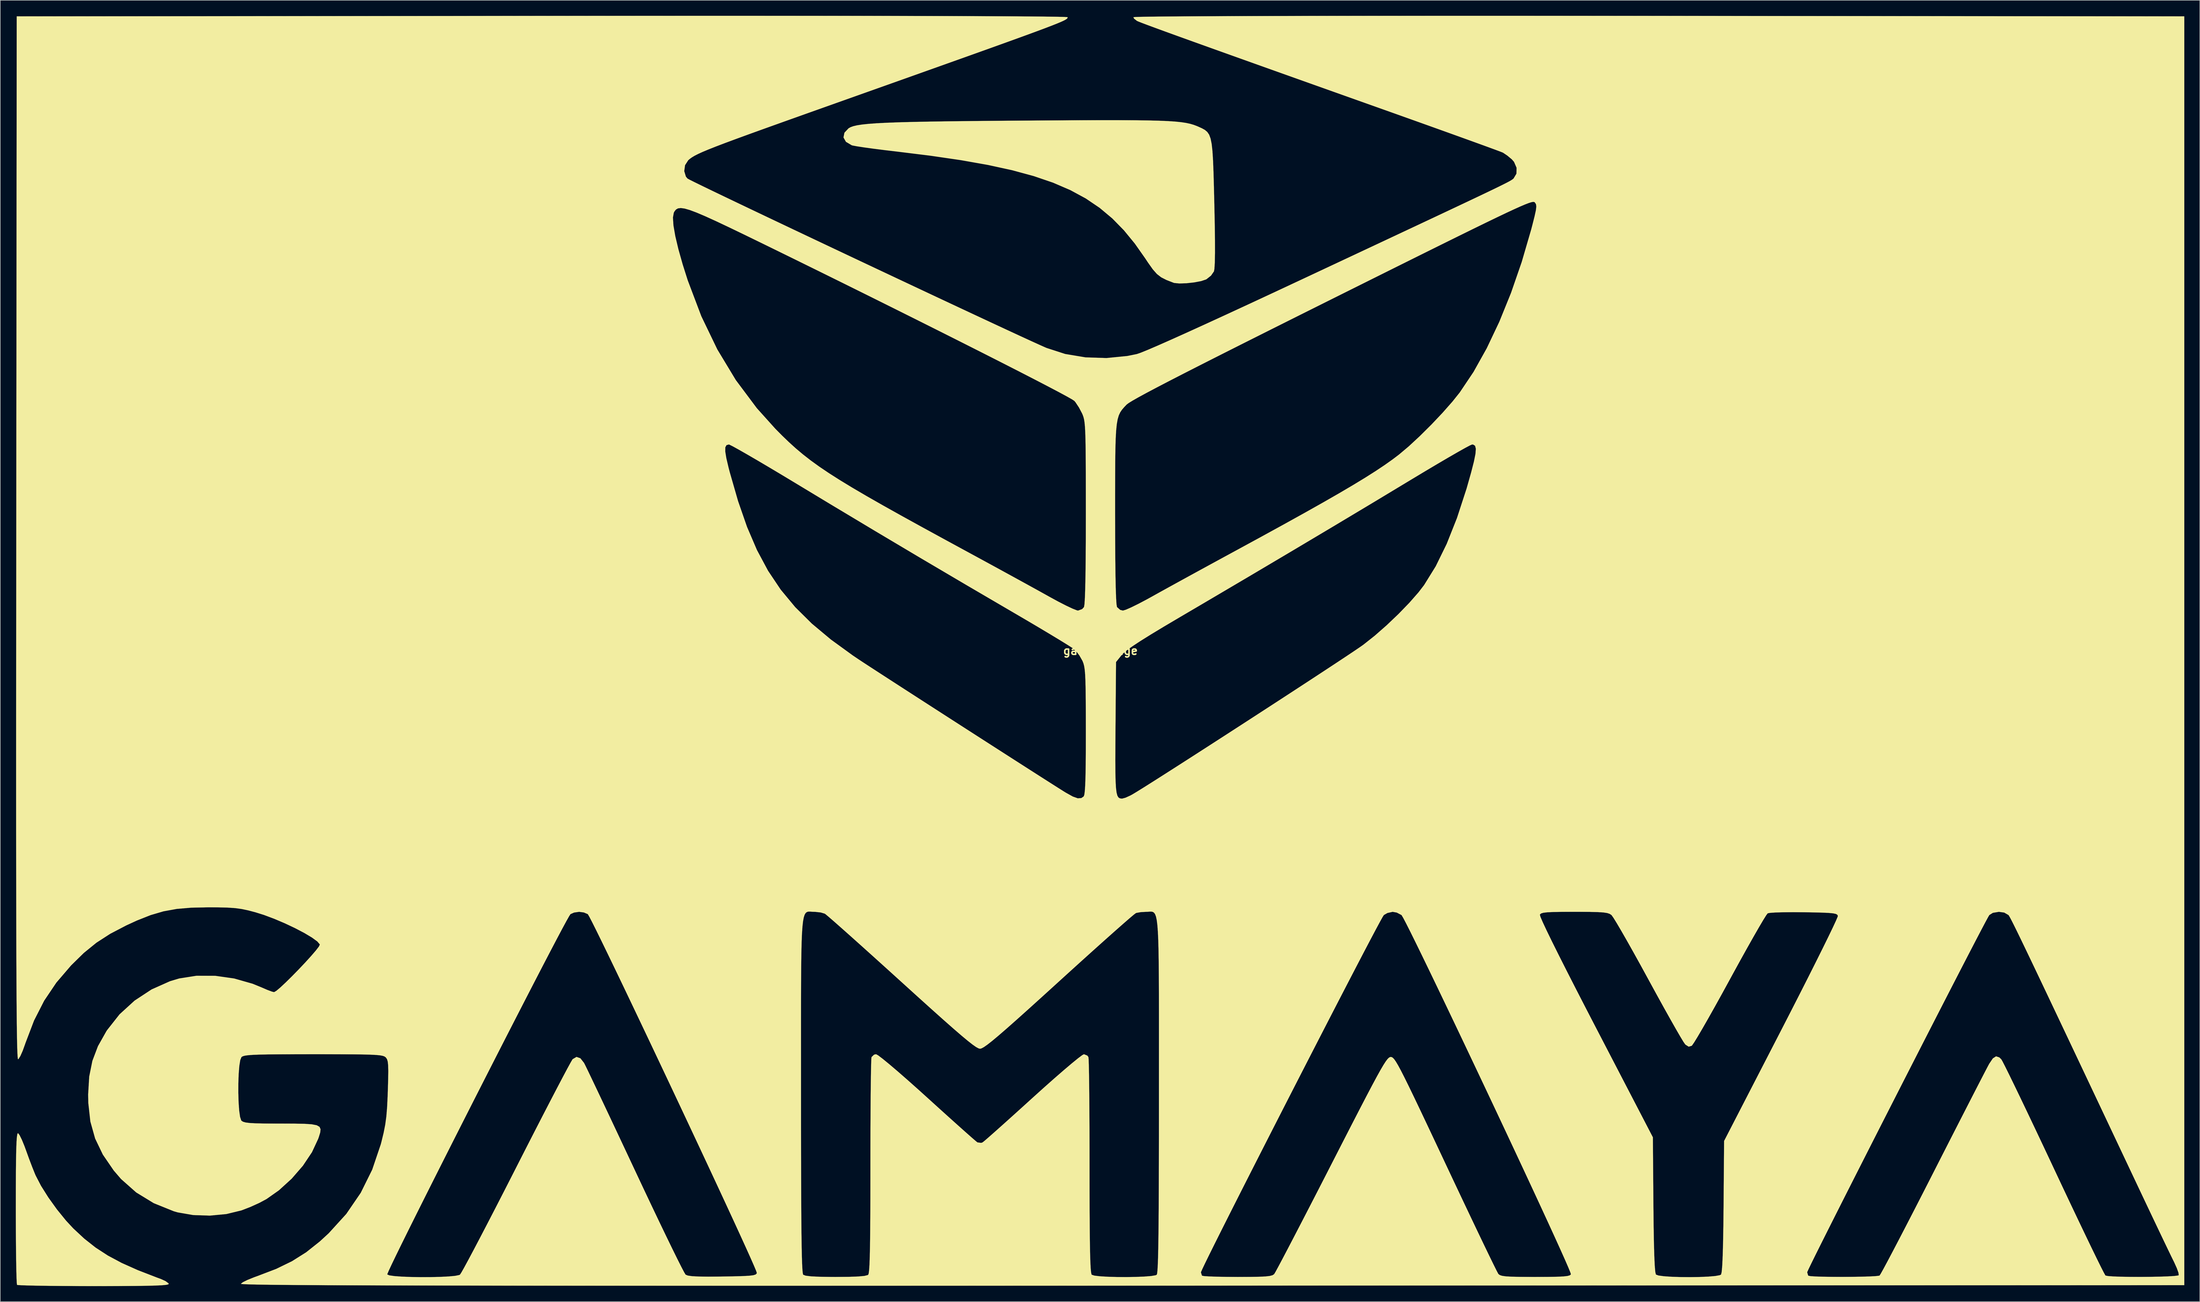
<source format=kicad_pcb>
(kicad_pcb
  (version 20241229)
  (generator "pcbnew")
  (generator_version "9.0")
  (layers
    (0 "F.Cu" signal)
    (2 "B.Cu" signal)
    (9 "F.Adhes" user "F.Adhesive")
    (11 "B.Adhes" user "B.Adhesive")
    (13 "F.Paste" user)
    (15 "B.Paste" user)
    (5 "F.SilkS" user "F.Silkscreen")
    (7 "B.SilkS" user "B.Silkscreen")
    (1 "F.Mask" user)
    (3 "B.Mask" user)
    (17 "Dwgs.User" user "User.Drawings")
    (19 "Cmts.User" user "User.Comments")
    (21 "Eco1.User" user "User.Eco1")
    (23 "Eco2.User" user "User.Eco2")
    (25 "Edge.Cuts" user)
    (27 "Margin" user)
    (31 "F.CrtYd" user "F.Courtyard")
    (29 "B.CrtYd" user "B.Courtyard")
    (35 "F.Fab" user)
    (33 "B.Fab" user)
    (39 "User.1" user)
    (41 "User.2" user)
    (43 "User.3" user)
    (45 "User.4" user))
  (footprint "gamayaHuge"
    (layer "F.Cu")
    (at 209.555 122.701)
    (property "Reference" "gamayaHuge" (at 0 0 0) (layer "F.SilkS") (effects (font (size 1.524 1.524) (thickness 0.3))))
    (attr through_hole)
    (fp_poly (pts (xy -209.122 93.217) (xy -208.826 93.593) (xy -208.385 94.485) (xy -207.872 95.737) (xy -207.588 96.515) (xy -206.997 98.149) (xy -206.386 99.757) (xy -205.86 101.065) (xy -205.717 101.397) (xy -204.681 103.395) (xy -203.26 105.651) (xy -201.601 107.96) (xy -199.85 110.116) (xy -198.459 111.616) (xy -196.33 113.598) (xy -194.14 115.327) (xy -191.764 116.872) (xy -189.083 118.305) (xy -185.972 119.695) (xy -182.311 121.113) (xy -181.532 121.396) (xy -180.633 121.805) (xy -180.07 122.22) (xy -180.004 122.33) (xy -180.108 122.442) (xy -180.537 122.534) (xy -181.343 122.608) (xy -182.575 122.666) (xy -184.286 122.71) (xy -186.527 122.74) (xy -189.35 122.758) (xy -192.804 122.766) (xy -194.469 122.767) (xy -197.613 122.761) (xy -200.537 122.745) (xy -203.164 122.721) (xy -205.421 122.688) (xy -207.232 122.649) (xy -208.522 122.604) (xy -209.216 122.555) (xy -209.315 122.531) (xy -209.365 122.139) (xy -209.412 121.116) (xy -209.454 119.538) (xy -209.49 117.479) (xy -209.518 115.014) (xy -209.538 112.219) (xy -209.549 109.167) (xy -209.55 107.685) (xy -209.545 103.925) (xy -209.531 100.821) (xy -209.505 98.324) (xy -209.466 96.385) (xy -209.413 94.953) (xy -209.344 93.981) (xy -209.257 93.419) (xy -209.152 93.217) (xy -209.122 93.217)) (stroke (width 0.01) (type solid)) (fill yes) (layer "F.SilkS"))
    (fp_poly (pts (xy 3.579 -102.527) (xy 6.563 -102.512) (xy 9.087 -102.479) (xy 11.201 -102.427) (xy 12.953 -102.355) (xy 14.393 -102.26) (xy 15.571 -102.141) (xy 16.535 -101.995) (xy 17.334 -101.822) (xy 18.018 -101.62) (xy 18.636 -101.385) (xy 18.894 -101.275) (xy 19.596 -100.957) (xy 20.17 -100.639) (xy 20.63 -100.249) (xy 20.991 -99.717) (xy 21.268 -98.97) (xy 21.475 -97.937) (xy 21.629 -96.548) (xy 21.743 -94.73) (xy 21.833 -92.412) (xy 21.913 -89.523) (xy 21.988 -86.446) (xy 22.07 -82.55) (xy 22.113 -79.348) (xy 22.116 -76.829) (xy 22.081 -74.981) (xy 22.006 -73.794) (xy 21.915 -73.306) (xy 21.353 -72.495) (xy 20.477 -71.8) (xy 20.391 -71.754) (xy 19.445 -71.436) (xy 18.102 -71.183) (xy 16.617 -71.02) (xy 15.247 -70.975) (xy 14.25 -71.073) (xy 14.111 -71.115) (xy 12.742 -71.648) (xy 11.724 -72.166) (xy 10.898 -72.807) (xy 10.103 -73.709) (xy 9.181 -75.009) (xy 8.634 -75.832) (xy 6.628 -78.685) (xy 4.528 -81.246) (xy 2.283 -83.539) (xy -0.158 -85.583) (xy -2.846 -87.403) (xy -5.831 -89.019) (xy -9.165 -90.453) (xy -12.897 -91.727) (xy -17.08 -92.863) (xy -21.764 -93.883) (xy -27 -94.808) (xy -32.838 -95.661) (xy -39.33 -96.463) (xy -39.402 -96.472) (xy -41.723 -96.747) (xy -43.846 -97.017) (xy -45.658 -97.266) (xy -47.044 -97.478) (xy -47.891 -97.636) (xy -48.06 -97.684) (xy -49.176 -98.348) (xy -49.651 -99.189) (xy -49.466 -100.107) (xy -48.683 -100.945) (xy -48.306 -101.164) (xy -47.774 -101.359) (xy -47.044 -101.532) (xy -46.073 -101.683) (xy -44.82 -101.815) (xy -43.242 -101.931) (xy -41.297 -102.03) (xy -38.942 -102.117) (xy -36.136 -102.191) (xy -32.834 -102.256) (xy -28.996 -102.313) (xy -24.579 -102.363) (xy -19.54 -102.409) (xy -13.935 -102.452) (xy -8.621 -102.488) (xy -3.963 -102.514) (xy 0.087 -102.527) (xy 3.579 -102.527)) (stroke (width 0.01) (type solid)) (fill yes) (layer "F.SilkS"))
    (fp_poly (pts (xy 81.036 -122.695) (xy 90.97 -122.691) (xy 101.477 -122.684) (xy 107.862 -122.679) (xy 209.374 -122.59) (xy 209.374 122.59) (xy 21.578 122.679) (xy 7.368 122.685) (xy -6.151 122.691) (xy -18.995 122.695) (xy -31.179 122.699) (xy -42.718 122.701) (xy -53.628 122.703) (xy -63.923 122.704) (xy -73.618 122.703) (xy -82.73 122.701) (xy -91.272 122.698) (xy -99.26 122.694) (xy -106.71 122.689) (xy -113.636 122.683) (xy -120.054 122.675) (xy -125.978 122.666) (xy -131.425 122.656) (xy -136.409 122.644) (xy -140.944 122.631) (xy -145.048 122.617) (xy -148.734 122.601) (xy -152.018 122.583) (xy -154.914 122.565) (xy -157.439 122.544) (xy -159.607 122.523) (xy -161.434 122.499) (xy -162.934 122.474) (xy -164.123 122.448) (xy -165.016 122.419) (xy -165.628 122.389) (xy -165.975 122.358) (xy -166.072 122.326) (xy -165.694 122.026) (xy -164.799 121.584) (xy -163.545 121.075) (xy -162.779 120.799) (xy -162.051 120.52) (xy -137.791 120.52) (xy -137.386 120.696) (xy -136.41 120.836) (xy -134.994 120.94) (xy -133.27 121.008) (xy -131.372 121.039) (xy -129.431 121.033) (xy -127.58 120.99) (xy -125.952 120.91) (xy -124.679 120.791) (xy -123.893 120.634) (xy -123.747 120.562) (xy -123.493 120.178) (xy -122.949 119.218) (xy -122.145 117.736) (xy -121.107 115.786) (xy -119.866 113.423) (xy -118.448 110.7) (xy -116.883 107.672) (xy -115.199 104.392) (xy -113.424 100.915) (xy -112.876 99.836) (xy -111.077 96.304) (xy -109.36 92.948) (xy -107.753 89.823) (xy -106.284 86.983) (xy -104.982 84.483) (xy -103.876 82.378) (xy -102.995 80.723) (xy -102.365 79.572) (xy -102.017 78.98) (xy -101.973 78.92) (xy -101.225 78.483) (xy -100.477 78.75) (xy -99.77 79.651) (xy -99.524 80.135) (xy -99.006 81.2) (xy -98.246 82.789) (xy -97.269 84.843) (xy -96.103 87.304) (xy -94.776 90.114) (xy -93.316 93.216) (xy -91.749 96.551) (xy -90.103 100.06) (xy -89.96 100.365) (xy -88.313 103.871) (xy -86.741 107.193) (xy -85.273 110.273) (xy -83.934 113.057) (xy -82.754 115.488) (xy -81.758 117.51) (xy -80.974 119.066) (xy -80.431 120.1) (xy -80.154 120.557) (xy -80.141 120.569) (xy -79.721 120.738) (xy -78.908 120.855) (xy -77.626 120.922) (xy -75.8 120.945) (xy -73.354 120.927) (xy -73.04 120.922) (xy -70.725 120.882) (xy -69.021 120.834) (xy -67.835 120.767) (xy -67.071 120.672) (xy -66.637 120.539) (xy -66.438 120.359) (xy -66.392 120.226) (xy -66.524 119.828) (xy -66.936 118.845) (xy -67.605 117.325) (xy -68.506 115.322) (xy -69.617 112.884) (xy -70.913 110.062) (xy -72.371 106.908) (xy -73.966 103.472) (xy -75.675 99.804) (xy -77.474 95.955) (xy -79.339 91.976) (xy -81.246 87.916) (xy -83.171 83.828) (xy -85.092 79.761) (xy -86.982 75.766) (xy -88.82 71.894) (xy -88.95 71.621) (xy -57.859 71.621) (xy -57.858 76.293) (xy -57.856 81.602) (xy -57.856 85.856) (xy -57.854 91.861) (xy -57.847 97.192) (xy -57.836 101.882) (xy -57.82 105.962) (xy -57.799 109.466) (xy -57.771 112.424) (xy -57.737 114.87) (xy -57.697 116.835) (xy -57.65 118.351) (xy -57.595 119.45) (xy -57.532 120.165) (xy -57.461 120.528) (xy -57.432 120.579) (xy -56.961 120.758) (xy -55.929 120.886) (xy -54.293 120.966) (xy -52.01 121.001) (xy -51.153 121.003) (xy -48.657 120.982) (xy -46.823 120.916) (xy -45.606 120.804) (xy -44.963 120.641) (xy -44.873 120.579) (xy -44.778 120.307) (xy -44.697 119.666) (xy -44.629 118.616) (xy -44.574 117.118) (xy -44.529 115.131) (xy -44.496 112.616) (xy -44.472 109.531) (xy -44.457 105.836) (xy -44.451 101.492) (xy -44.45 99.618) (xy -44.446 95.864) (xy -44.436 92.312) (xy -44.42 89.028) (xy -44.398 86.074) (xy -44.371 83.515) (xy -44.34 81.416) (xy -44.306 79.839) (xy -44.269 78.851) (xy -44.236 78.522) (xy -43.745 78.05) (xy -43.357 77.964) (xy -42.943 78.195) (xy -42.072 78.856) (xy -40.804 79.895) (xy -39.198 81.261) (xy -37.315 82.904) (xy -35.214 84.773) (xy -33.477 86.342) (xy -31.318 88.3) (xy -29.312 90.111) (xy -27.521 91.72) (xy -26.007 93.07) (xy -24.834 94.106) (xy -24.064 94.77) (xy -23.772 95.003) (xy -23.059 95.099) (xy -22.783 95.003) (xy -22.412 94.707) (xy -21.584 93.991) (xy -20.361 92.911) (xy -18.805 91.524) (xy -16.981 89.885) (xy -14.95 88.051) (xy -13.067 86.342) (xy -10.905 84.393) (xy -8.887 82.605) (xy -7.076 81.032) (xy -5.537 79.727) (xy -4.332 78.745) (xy -3.526 78.141) (xy -3.198 77.964) (xy -2.541 78.229) (xy -2.331 78.522) (xy -2.292 78.968) (xy -2.255 80.056) (xy -2.221 81.721) (xy -2.191 83.899) (xy -2.165 86.525) (xy -2.144 89.537) (xy -2.128 92.869) (xy -2.119 96.458) (xy -2.117 99.618) (xy -2.113 104.226) (xy -2.101 108.168) (xy -2.081 111.486) (xy -2.051 114.218) (xy -2.011 116.406) (xy -1.96 118.089) (xy -1.897 119.308) (xy -1.821 120.103) (xy -1.732 120.515) (xy -1.693 120.579) (xy -1.18 120.746) (xy -0.108 120.874) (xy 1.373 120.963) (xy 3.118 121.013) (xy 4.979 121.024) (xy 6.809 120.997) (xy 8.461 120.93) (xy 9.789 120.825) (xy 10.644 120.681) (xy 10.866 120.579) (xy 10.94 120.342) (xy 10.965 120.116) (xy 19.403 120.116) (xy 19.579 120.695) (xy 19.638 120.768) (xy 20.049 120.842) (xy 21.051 120.906) (xy 22.53 120.957) (xy 24.372 120.991) (xy 26.461 121.003) (xy 26.474 121.003) (xy 28.847 120.995) (xy 30.611 120.966) (xy 31.864 120.908) (xy 32.702 120.813) (xy 33.221 120.675) (xy 33.52 120.485) (xy 33.559 120.443) (xy 33.799 120.04) (xy 34.332 119.061) (xy 35.129 117.561) (xy 36.162 115.594) (xy 37.403 113.213) (xy 38.824 110.472) (xy 40.398 107.425) (xy 42.096 104.126) (xy 43.89 100.628) (xy 44.626 99.189) (xy 46.741 95.057) (xy 48.56 91.511) (xy 50.11 88.506) (xy 51.413 85.998) (xy 52.496 83.942) (xy 53.381 82.295) (xy 54.094 81.012) (xy 54.659 80.049) (xy 55.101 79.363) (xy 55.443 78.908) (xy 55.711 78.641) (xy 55.929 78.518) (xy 56.085 78.493) (xy 56.277 78.528) (xy 56.491 78.663) (xy 56.751 78.943) (xy 57.078 79.414) (xy 57.498 80.122) (xy 58.032 81.111) (xy 58.704 82.428) (xy 59.538 84.117) (xy 60.557 86.224) (xy 61.784 88.794) (xy 63.242 91.874) (xy 64.954 95.507) (xy 66.68 99.179) (xy 68.371 102.77) (xy 69.982 106.18) (xy 71.488 109.354) (xy 72.862 112.239) (xy 74.078 114.777) (xy 75.109 116.914) (xy 75.93 118.595) (xy 76.512 119.766) (xy 76.831 120.369) (xy 76.873 120.434) (xy 77.128 120.636) (xy 77.576 120.785) (xy 78.312 120.889) (xy 79.434 120.954) (xy 81.037 120.989) (xy 83.22 121.002) (xy 84.015 121.003) (xy 86.406 120.994) (xy 88.18 120.965) (xy 89.425 120.907) (xy 90.231 120.815) (xy 90.686 120.683) (xy 90.878 120.502) (xy 90.883 120.49) (xy 90.764 120.101) (xy 90.364 119.127) (xy 89.707 117.618) (xy 88.815 115.624) (xy 87.713 113.195) (xy 86.425 110.383) (xy 84.974 107.237) (xy 83.385 103.809) (xy 81.68 100.147) (xy 79.884 96.304) (xy 78.021 92.329) (xy 76.114 88.272) (xy 74.187 84.185) (xy 72.264 80.118) (xy 70.369 76.12) (xy 68.525 72.243) (xy 66.756 68.537) (xy 65.087 65.052) (xy 63.54 61.839) (xy 62.14 58.949) (xy 60.91 56.431) (xy 59.875 54.336) (xy 59.057 52.715) (xy 58.481 51.618) (xy 58.171 51.095) (xy 58.144 51.065) (xy 58.032 51.006) (xy 84.881 51.006) (xy 84.999 51.43) (xy 85.436 52.448) (xy 86.177 54.032) (xy 87.208 56.152) (xy 88.516 58.781) (xy 90.084 61.889) (xy 91.901 65.449) (xy 93.951 69.432) (xy 95.691 72.79) (xy 106.715 94.015) (xy 106.816 107.047) (xy 106.857 111.043) (xy 106.914 114.336) (xy 106.987 116.93) (xy 107.075 118.826) (xy 107.178 120.028) (xy 107.298 120.538) (xy 107.3 120.541) (xy 107.799 120.726) (xy 108.857 120.868) (xy 110.326 120.968) (xy 112.063 121.024) (xy 113.92 121.038) (xy 115.751 121.01) (xy 117.411 120.938) (xy 118.754 120.824) (xy 119.634 120.667) (xy 119.888 120.541) (xy 119.995 120.096) (xy 136.525 120.096) (xy 136.694 120.683) (xy 136.76 120.768) (xy 137.183 120.851) (xy 138.177 120.915) (xy 139.605 120.959) (xy 141.332 120.985) (xy 143.224 120.993) (xy 145.145 120.982) (xy 146.96 120.954) (xy 148.533 120.908) (xy 149.73 120.845) (xy 150.415 120.765) (xy 150.509 120.733) (xy 150.736 120.38) (xy 151.253 119.453) (xy 152.032 118.004) (xy 153.043 116.089) (xy 154.26 113.762) (xy 155.653 111.077) (xy 157.194 108.09) (xy 158.854 104.853) (xy 160.606 101.421) (xy 160.874 100.894) (xy 162.655 97.396) (xy 164.362 94.05) (xy 165.964 90.916) (xy 167.43 88.051) (xy 168.73 85.515) (xy 169.835 83.368) (xy 170.714 81.667) (xy 171.337 80.472) (xy 171.673 79.843) (xy 171.688 79.816) (xy 172.395 78.77) (xy 173.014 78.37) (xy 173.64 78.579) (xy 174.019 78.937) (xy 174.264 79.359) (xy 174.779 80.363) (xy 175.539 81.897) (xy 176.516 83.902) (xy 177.684 86.324) (xy 179.016 89.108) (xy 180.484 92.196) (xy 182.063 95.534) (xy 183.725 99.066) (xy 184.17 100.016) (xy 185.844 103.577) (xy 187.436 106.949) (xy 188.923 110.078) (xy 190.276 112.91) (xy 191.469 115.389) (xy 192.478 117.461) (xy 193.274 119.073) (xy 193.833 120.169) (xy 194.127 120.695) (xy 194.158 120.733) (xy 194.651 120.832) (xy 195.697 120.907) (xy 197.166 120.959) (xy 198.924 120.989) (xy 200.84 120.996) (xy 202.782 120.981) (xy 204.619 120.946) (xy 206.216 120.891) (xy 207.444 120.816) (xy 208.17 120.723) (xy 208.306 120.665) (xy 208.258 120.208) (xy 207.94 119.31) (xy 207.418 118.15) (xy 207.309 117.931) (xy 206.888 117.075) (xy 206.208 115.666) (xy 205.309 113.791) (xy 204.233 111.535) (xy 203.02 108.984) (xy 201.711 106.224) (xy 200.348 103.341) (xy 200.109 102.835) (xy 196.906 96.05) (xy 193.991 89.875) (xy 191.349 84.282) (xy 188.968 79.244) (xy 186.834 74.731) (xy 184.933 70.716) (xy 183.253 67.171) (xy 181.779 64.067) (xy 180.499 61.377) (xy 179.399 59.073) (xy 178.465 57.125) (xy 177.685 55.507) (xy 177.044 54.19) (xy 176.529 53.146) (xy 176.128 52.347) (xy 175.826 51.764) (xy 175.61 51.371) (xy 175.467 51.138) (xy 175.412 51.065) (xy 174.59 50.59) (xy 173.567 50.447) (xy 172.398 50.639) (xy 171.718 51.065) (xy 171.482 51.463) (xy 170.954 52.437) (xy 170.161 53.938) (xy 169.127 55.915) (xy 167.878 58.321) (xy 166.439 61.104) (xy 164.835 64.217) (xy 163.092 67.608) (xy 161.234 71.229) (xy 159.287 75.031) (xy 157.277 78.963) (xy 155.227 82.976) (xy 153.165 87.022) (xy 151.113 91.049) (xy 149.099 95.01) (xy 147.148 98.854) (xy 145.283 102.532) (xy 143.531 105.994) (xy 141.917 109.192) (xy 140.467 112.075) (xy 139.204 114.594) (xy 138.155 116.699) (xy 137.345 118.342) (xy 136.799 119.472) (xy 136.542 120.041) (xy 136.525 120.096) (xy 119.995 120.096) (xy 120.01 120.033) (xy 120.116 118.823) (xy 120.205 116.91) (xy 120.278 114.292) (xy 120.335 110.971) (xy 120.372 107.4) (xy 120.474 94.721) (xy 131.523 73.283) (xy 133.382 69.662) (xy 135.14 66.217) (xy 136.771 62.998) (xy 138.247 60.059) (xy 139.544 57.452) (xy 140.635 55.231) (xy 141.494 53.447) (xy 142.094 52.153) (xy 142.411 51.401) (xy 142.454 51.234) (xy 142.351 51.016) (xy 142.075 50.853) (xy 141.531 50.736) (xy 140.624 50.653) (xy 139.258 50.595) (xy 137.339 50.551) (xy 135.886 50.527) (xy 133.795 50.512) (xy 131.927 50.53) (xy 130.404 50.575) (xy 129.351 50.646) (xy 128.901 50.73) (xy 128.621 51.097) (xy 128.045 52.018) (xy 127.214 53.424) (xy 126.166 55.249) (xy 124.939 57.424) (xy 123.573 59.881) (xy 122.107 62.553) (xy 121.598 63.488) (xy 120.103 66.221) (xy 118.692 68.767) (xy 117.405 71.055) (xy 116.281 73.018) (xy 115.359 74.588) (xy 114.679 75.695) (xy 114.28 76.271) (xy 114.216 76.333) (xy 113.635 76.506) (xy 113.043 76.133) (xy 112.93 76.019) (xy 112.613 75.558) (xy 112.004 74.548) (xy 111.144 73.063) (xy 110.074 71.174) (xy 108.834 68.956) (xy 107.468 66.481) (xy 106.015 63.822) (xy 105.84 63.5) (xy 104.38 60.827) (xy 102.998 58.334) (xy 101.738 56.092) (xy 100.639 54.174) (xy 99.745 52.652) (xy 99.095 51.599) (xy 98.732 51.086) (xy 98.71 51.065) (xy 98.376 50.842) (xy 97.895 50.68) (xy 97.164 50.568) (xy 96.076 50.498) (xy 94.528 50.461) (xy 92.416 50.448) (xy 91.544 50.447) (xy 89.226 50.454) (xy 87.519 50.481) (xy 86.329 50.536) (xy 85.56 50.626) (xy 85.119 50.759) (xy 84.91 50.944) (xy 84.881 51.006) (xy 58.032 51.006) (xy 57.235 50.59) (xy 56.444 50.447) (xy 55.431 50.671) (xy 54.746 51.065) (xy 54.506 51.444) (xy 53.974 52.401) (xy 53.175 53.888) (xy 52.134 55.853) (xy 50.877 58.249) (xy 49.43 61.025) (xy 47.817 64.131) (xy 46.063 67.519) (xy 44.195 71.138) (xy 42.238 74.939) (xy 40.217 78.872) (xy 38.157 82.887) (xy 36.084 86.936) (xy 34.023 90.969) (xy 32 94.935) (xy 30.04 98.786) (xy 28.168 102.471) (xy 26.41 105.942) (xy 24.79 109.149) (xy 23.336 112.041) (xy 22.071 114.57) (xy 21.021 116.686) (xy 20.212 118.339) (xy 19.669 119.48) (xy 19.418 120.059) (xy 19.403 120.116) (xy 10.965 120.116) (xy 11.005 119.763) (xy 11.063 118.813) (xy 11.113 117.458) (xy 11.156 115.666) (xy 11.192 113.406) (xy 11.222 110.645) (xy 11.246 107.351) (xy 11.264 103.492) (xy 11.277 99.036) (xy 11.285 93.95) (xy 11.289 88.203) (xy 11.289 85.856) (xy 11.29 80.064) (xy 11.292 74.936) (xy 11.292 70.434) (xy 11.286 66.516) (xy 11.273 63.142) (xy 11.249 60.272) (xy 11.211 57.866) (xy 11.158 55.882) (xy 11.085 54.281) (xy 10.99 53.023) (xy 10.871 52.066) (xy 10.724 51.372) (xy 10.547 50.898) (xy 10.336 50.606) (xy 10.09 50.454) (xy 9.805 50.402) (xy 9.478 50.41) (xy 9.107 50.438) (xy 8.823 50.447) (xy 7.765 50.507) (xy 6.935 50.655) (xy 6.85 50.684) (xy 6.48 50.96) (xy 5.638 51.669) (xy 4.377 52.766) (xy 2.744 54.206) (xy 0.79 55.946) (xy -1.436 57.941) (xy -3.883 60.148) (xy -6.502 62.521) (xy -8.032 63.913) (xy -11.239 66.828) (xy -13.969 69.297) (xy -16.26 71.35) (xy -18.151 73.023) (xy -19.681 74.347) (xy -20.888 75.357) (xy -21.812 76.084) (xy -22.491 76.563) (xy -22.965 76.825) (xy -23.271 76.906) (xy -23.579 76.825) (xy -24.056 76.56) (xy -24.74 76.079) (xy -25.67 75.348) (xy -26.886 74.334) (xy -28.426 73.004) (xy -30.33 71.325) (xy -32.636 69.263) (xy -35.383 66.786) (xy -38.419 64.034) (xy -41.109 61.596) (xy -43.656 59.296) (xy -46.009 57.179) (xy -48.12 55.289) (xy -49.937 53.672) (xy -51.41 52.372) (xy -52.489 51.435) (xy -53.123 50.905) (xy -53.261 50.804) (xy -54.046 50.57) (xy -55.124 50.451) (xy -55.338 50.447) (xy -55.75 50.429) (xy -56.114 50.402) (xy -56.435 50.405) (xy -56.713 50.48) (xy -56.953 50.666) (xy -57.157 51.004) (xy -57.328 51.535) (xy -57.469 52.298) (xy -57.583 53.335) (xy -57.673 54.684) (xy -57.741 56.387) (xy -57.79 58.485) (xy -57.824 61.016) (xy -57.845 64.023) (xy -57.855 67.544) (xy -57.859 71.621) (xy -88.95 71.621) (xy -90.581 68.195) (xy -92.241 64.719) (xy -93.776 61.519) (xy -95.163 58.643) (xy -96.378 56.143) (xy -97.396 54.069) (xy -98.194 52.472) (xy -98.749 51.403) (xy -99.036 50.911) (xy -99.057 50.888) (xy -99.806 50.569) (xy -100.718 50.447) (xy -101.693 50.585) (xy -102.389 50.888) (xy -102.64 51.269) (xy -103.18 52.227) (xy -103.984 53.713) (xy -105.026 55.678) (xy -106.282 58.073) (xy -107.727 60.847) (xy -109.335 63.953) (xy -111.082 67.341) (xy -112.943 70.962) (xy -114.893 74.766) (xy -116.906 78.705) (xy -118.957 82.729) (xy -121.023 86.789) (xy -123.076 90.836) (xy -125.094 94.821) (xy -127.05 98.694) (xy -128.92 102.406) (xy -130.678 105.909) (xy -132.3 109.152) (xy -133.761 112.087) (xy -135.035 114.665) (xy -136.097 116.836) (xy -136.923 118.551) (xy -137.488 119.761) (xy -137.766 120.417) (xy -137.791 120.52) (xy -162.051 120.52) (xy -159.235 119.444) (xy -156.196 117.965) (xy -153.46 116.241) (xy -150.828 114.151) (xy -149.099 112.56) (xy -145.707 108.831) (xy -142.911 104.745) (xy -140.695 100.272) (xy -139.041 95.381) (xy -138.915 94.903) (xy -138.488 93.146) (xy -138.18 91.577) (xy -137.965 89.991) (xy -137.817 88.182) (xy -137.711 85.946) (xy -137.679 85.003) (xy -137.615 82.815) (xy -137.592 81.221) (xy -137.617 80.114) (xy -137.697 79.382) (xy -137.838 78.917) (xy -138.048 78.609) (xy -138.091 78.565) (xy -138.298 78.41) (xy -138.622 78.284) (xy -139.132 78.184) (xy -139.897 78.107) (xy -140.986 78.05) (xy -142.465 78.01) (xy -144.405 77.985) (xy -146.873 77.97) (xy -149.938 77.965) (xy -152.047 77.964) (xy -155.518 77.967) (xy -158.351 77.977) (xy -160.612 77.998) (xy -162.368 78.032) (xy -163.687 78.082) (xy -164.635 78.15) (xy -165.28 78.238) (xy -165.688 78.351) (xy -165.926 78.49) (xy -165.957 78.518) (xy -166.196 79.113) (xy -166.376 80.257) (xy -166.498 81.797) (xy -166.562 83.58) (xy -166.566 85.452) (xy -166.512 87.259) (xy -166.4 88.849) (xy -166.229 90.068) (xy -166 90.762) (xy -165.957 90.815) (xy -165.665 91.009) (xy -165.169 91.154) (xy -164.375 91.255) (xy -163.188 91.32) (xy -161.515 91.355) (xy -159.26 91.369) (xy -158.415 91.369) (xy -155.79 91.375) (xy -153.796 91.411) (xy -152.362 91.508) (xy -151.413 91.694) (xy -150.875 92.001) (xy -150.677 92.456) (xy -150.743 93.091) (xy -151.002 93.935) (xy -151.134 94.313) (xy -152.335 96.892) (xy -154.085 99.51) (xy -156.255 102.014) (xy -158.715 104.254) (xy -161.113 105.945) (xy -162.498 106.687) (xy -164.206 107.463) (xy -165.883 108.112) (xy -165.985 108.147) (xy -168.88 108.848) (xy -172.065 109.148) (xy -175.279 109.043) (xy -178.258 108.529) (xy -179.035 108.306) (xy -182.905 106.742) (xy -186.292 104.671) (xy -189.217 102.079) (xy -190.626 100.44) (xy -192.735 97.361) (xy -194.225 94.257) (xy -195.145 90.974) (xy -195.547 87.359) (xy -195.574 85.725) (xy -195.367 82.281) (xy -194.755 79.245) (xy -193.678 76.404) (xy -192.072 73.55) (xy -191.919 73.314) (xy -189.507 70.254) (xy -186.602 67.604) (xy -183.319 65.446) (xy -179.775 63.864) (xy -177.99 63.327) (xy -174.644 62.801) (xy -171.042 62.809) (xy -167.366 63.332) (xy -163.797 64.35) (xy -162.053 65.064) (xy -160.941 65.544) (xy -160.058 65.873) (xy -159.659 65.969) (xy -159.233 65.727) (xy -158.447 65.066) (xy -157.399 64.087) (xy -156.184 62.89) (xy -154.9 61.576) (xy -153.642 60.245) (xy -152.508 58.997) (xy -151.593 57.934) (xy -150.994 57.155) (xy -150.808 56.76) (xy -150.809 56.757) (xy -151.306 56.17) (xy -152.35 55.409) (xy -153.821 54.531) (xy -155.602 53.597) (xy -157.574 52.666) (xy -159.618 51.797) (xy -161.615 51.049) (xy -163.267 50.532) (xy -164.679 50.161) (xy -165.914 49.9) (xy -167.154 49.73) (xy -168.582 49.632) (xy -170.378 49.587) (xy -172.332 49.575) (xy -175.636 49.641) (xy -178.458 49.882) (xy -181.009 50.345) (xy -183.502 51.076) (xy -186.148 52.123) (xy -188.207 53.069) (xy -191.319 54.694) (xy -193.975 56.411) (xy -196.418 58.395) (xy -198.866 60.796) (xy -201.716 64.122) (xy -204.072 67.621) (xy -206.029 71.457) (xy -207.685 75.797) (xy -207.753 76.001) (xy -208.223 77.304) (xy -208.674 78.321) (xy -209.029 78.884) (xy -209.11 78.941) (xy -209.155 78.834) (xy -209.197 78.469) (xy -209.235 77.826) (xy -209.271 76.883) (xy -209.304 75.621) (xy -209.333 74.018) (xy -209.36 72.055) (xy -209.384 69.709) (xy -209.405 66.961) (xy -209.424 63.79) (xy -209.44 60.175) (xy -209.454 56.096) (xy -209.465 51.531) (xy -209.474 46.461) (xy -209.48 40.865) (xy -209.485 34.721) (xy -209.487 28.01) (xy -209.487 20.71) (xy -209.485 12.801) (xy -209.481 4.262) (xy -209.476 -4.927) (xy -209.468 -14.787) (xy -209.462 -21.754) (xy -209.448 -38.509) (xy -72.495 -38.509) (xy -72.289 -37.232) (xy -71.859 -35.403) (xy -71.63 -34.523) (xy -70.017 -28.916) (xy -68.284 -23.927) (xy -66.373 -19.469) (xy -64.224 -15.457) (xy -61.779 -11.807) (xy -58.98 -8.431) (xy -55.766 -5.245) (xy -52.079 -2.163) (xy -47.861 0.901) (xy -46.743 1.656) (xy -45.8 2.278) (xy -44.356 3.22) (xy -42.476 4.441) (xy -40.225 5.899) (xy -37.671 7.551) (xy -34.877 9.354) (xy -31.911 11.267) (xy -28.836 13.248) (xy -25.72 15.254) (xy -22.627 17.243) (xy -19.623 19.173) (xy -16.775 21.001) (xy -14.147 22.686) (xy -11.804 24.185) (xy -9.814 25.455) (xy -8.241 26.456) (xy -7.151 27.143) (xy -6.724 27.408) (xy -5.35 28.173) (xy -4.384 28.515) (xy -3.693 28.463) (xy -3.246 28.152) (xy -3.123 27.827) (xy -3.025 27.088) (xy -2.948 25.887) (xy -2.892 24.176) (xy -2.855 21.904) (xy -2.85 21.183) (xy 2.863 21.183) (xy 2.875 23.437) (xy 2.915 25.18) (xy 2.988 26.478) (xy 3.101 27.396) (xy 3.26 27.999) (xy 3.471 28.352) (xy 3.74 28.521) (xy 4.074 28.57) (xy 4.188 28.571) (xy 4.83 28.399) (xy 5.769 27.973) (xy 6.174 27.752) (xy 7.061 27.217) (xy 8.465 26.344) (xy 10.323 25.171) (xy 12.572 23.739) (xy 15.151 22.09) (xy 17.997 20.263) (xy 21.048 18.299) (xy 24.24 16.238) (xy 27.513 14.12) (xy 30.802 11.987) (xy 34.046 9.879) (xy 37.183 7.836) (xy 40.149 5.899) (xy 42.884 4.107) (xy 45.323 2.502) (xy 47.405 1.125) (xy 49.067 0.014) (xy 50.247 -0.788) (xy 50.8 -1.179) (xy 52.989 -2.913) (xy 55.292 -4.935) (xy 57.565 -7.1) (xy 59.662 -9.266) (xy 61.437 -11.29) (xy 62.52 -12.7) (xy 64.767 -16.331) (xy 66.884 -20.652) (xy 68.871 -25.656) (xy 70.724 -31.339) (xy 71.607 -34.458) (xy 72.14 -36.541) (xy 72.442 -38.039) (xy 72.517 -39.035) (xy 72.368 -39.61) (xy 71.996 -39.846) (xy 71.792 -39.864) (xy 71.376 -39.686) (xy 70.427 -39.181) (xy 69.015 -38.387) (xy 67.209 -37.345) (xy 65.078 -36.095) (xy 62.691 -34.677) (xy 60.118 -33.13) (xy 59.698 -32.877) (xy 52.649 -28.626) (xy 45.059 -24.08) (xy 37.004 -19.283) (xy 28.56 -14.28) (xy 19.803 -9.118) (xy 15.392 -6.526) (xy 12.285 -4.689) (xy 9.749 -3.158) (xy 7.737 -1.902) (xy 6.2 -0.89) (xy 5.091 -0.091) (xy 4.363 0.527) (xy 4.086 0.826) (xy 2.999 2.181) (xy 2.898 14.886) (xy 2.873 18.355) (xy 2.863 21.183) (xy -2.85 21.183) (xy -2.835 19.024) (xy -2.83 15.54) (xy -2.835 12.248) (xy -2.847 9.583) (xy -2.871 7.47) (xy -2.909 5.829) (xy -2.966 4.584) (xy -3.046 3.657) (xy -3.152 2.97) (xy -3.288 2.447) (xy -3.458 2.009) (xy -3.489 1.94) (xy -4.105 0.857) (xy -4.817 -0.062) (xy -4.981 -0.222) (xy -5.476 -0.572) (xy -6.507 -1.229) (xy -7.995 -2.146) (xy -9.867 -3.277) (xy -12.043 -4.577) (xy -14.45 -5.998) (xy -16.581 -7.245) (xy -25.872 -12.68) (xy -34.773 -17.928) (xy -43.517 -23.128) (xy -52.341 -28.42) (xy -58.823 -32.335) (xy -61.518 -33.96) (xy -64.039 -35.464) (xy -66.317 -36.809) (xy -68.289 -37.956) (xy -69.886 -38.868) (xy -71.042 -39.506) (xy -71.692 -39.83) (xy -71.799 -39.864) (xy -72.248 -39.741) (xy -72.481 -39.317) (xy -72.495 -38.509) (xy -209.448 -38.509) (xy -209.408 -83.708) (xy -82.603 -83.708) (xy -82.503 -82.18) (xy -82.147 -80.122) (xy -81.548 -77.594) (xy -80.719 -74.655) (xy -79.743 -71.58) (xy -77.117 -64.642) (xy -74.024 -58.223) (xy -70.452 -52.306) (xy -66.392 -46.875) (xy -62.83 -42.913) (xy -61.493 -41.563) (xy -60.186 -40.305) (xy -58.864 -39.108) (xy -57.478 -37.941) (xy -55.981 -36.775) (xy -54.326 -35.578) (xy -52.465 -34.322) (xy -50.35 -32.974) (xy -47.935 -31.505) (xy -45.172 -29.885) (xy -42.014 -28.083) (xy -38.413 -26.069) (xy -34.321 -23.812) (xy -29.692 -21.283) (xy -25.4 -18.95) (xy -22.611 -17.434) (xy -19.789 -15.895) (xy -17.054 -14.398) (xy -14.523 -13.009) (xy -12.316 -11.793) (xy -10.552 -10.814) (xy -9.878 -10.437) (xy -8.174 -9.508) (xy -6.635 -8.719) (xy -5.386 -8.131) (xy -4.555 -7.807) (xy -4.334 -7.762) (xy -3.549 -8.045) (xy -3.187 -8.443) (xy -3.094 -8.982) (xy -3.013 -10.212) (xy -2.948 -12.121) (xy -2.896 -14.693) (xy -2.859 -17.916) (xy -2.837 -21.776) (xy -2.83 -26.259) (xy -2.83 -26.446) (xy 2.822 -26.446) (xy 2.83 -21.958) (xy 2.853 -18.084) (xy 2.89 -14.839) (xy 2.942 -12.239) (xy 3.008 -10.298) (xy 3.088 -9.031) (xy 3.182 -8.455) (xy 3.187 -8.443) (xy 3.808 -7.891) (xy 4.334 -7.762) (xy 4.904 -7.93) (xy 5.956 -8.391) (xy 7.364 -9.085) (xy 9 -9.95) (xy 9.878 -10.435) (xy 11.359 -11.26) (xy 13.345 -12.357) (xy 15.72 -13.663) (xy 18.37 -15.115) (xy 21.178 -16.648) (xy 24.029 -18.201) (xy 25.724 -19.122) (xy 30.883 -21.93) (xy 35.459 -24.441) (xy 39.497 -26.681) (xy 43.041 -28.677) (xy 46.137 -30.454) (xy 48.829 -32.04) (xy 51.161 -33.459) (xy 53.178 -34.739) (xy 54.924 -35.905) (xy 56.445 -36.984) (xy 57.665 -37.909) (xy 59.566 -39.51) (xy 61.713 -41.502) (xy 63.943 -43.717) (xy 66.092 -45.99) (xy 67.997 -48.152) (xy 69.408 -49.918) (xy 72.063 -53.876) (xy 74.622 -58.455) (xy 77.051 -63.577) (xy 79.314 -69.159) (xy 81.377 -75.122) (xy 83.204 -81.384) (xy 83.445 -82.303) (xy 83.868 -83.982) (xy 84.115 -85.117) (xy 84.2 -85.842) (xy 84.135 -86.294) (xy 83.933 -86.607) (xy 83.873 -86.67) (xy 83.75 -86.734) (xy 83.535 -86.738) (xy 83.195 -86.668) (xy 82.696 -86.507) (xy 82.007 -86.24) (xy 81.093 -85.851) (xy 79.923 -85.325) (xy 78.462 -84.645) (xy 76.679 -83.796) (xy 74.541 -82.763) (xy 72.013 -81.529) (xy 69.064 -80.078) (xy 65.66 -78.396) (xy 61.769 -76.466) (xy 57.358 -74.273) (xy 52.393 -71.8) (xy 46.842 -69.033) (xy 44.745 -67.987) (xy 38.524 -64.881) (xy 32.915 -62.074) (xy 27.894 -59.554) (xy 23.438 -57.309) (xy 19.526 -55.328) (xy 16.134 -53.6) (xy 13.239 -52.111) (xy 10.82 -50.852) (xy 8.853 -49.81) (xy 7.316 -48.973) (xy 6.186 -48.33) (xy 5.44 -47.87) (xy 5.056 -47.58) (xy 5.045 -47.568) (xy 4.559 -47.057) (xy 4.149 -46.58) (xy 3.809 -46.075) (xy 3.533 -45.481) (xy 3.314 -44.734) (xy 3.145 -43.772) (xy 3.02 -42.532) (xy 2.933 -40.952) (xy 2.876 -38.97) (xy 2.843 -36.523) (xy 2.827 -33.548) (xy 2.822 -29.983) (xy 2.822 -26.446) (xy -2.83 -26.446) (xy -2.83 -26.7) (xy -2.833 -30.681) (xy -2.839 -34.02) (xy -2.85 -36.78) (xy -2.87 -39.023) (xy -2.9 -40.813) (xy -2.943 -42.214) (xy -3.001 -43.287) (xy -3.077 -44.097) (xy -3.172 -44.706) (xy -3.291 -45.178) (xy -3.433 -45.576) (xy -3.557 -45.861) (xy -4.158 -47.003) (xy -4.818 -48.002) (xy -5.049 -48.28) (xy -5.493 -48.577) (xy -6.528 -49.163) (xy -8.111 -50.017) (xy -10.201 -51.117) (xy -12.754 -52.443) (xy -15.728 -53.973) (xy -19.082 -55.685) (xy -22.771 -57.557) (xy -26.755 -59.569) (xy -30.99 -61.7) (xy -35.435 -63.927) (xy -40.046 -66.229) (xy -44.781 -68.585) (xy -49.598 -70.973) (xy -54.455 -73.372) (xy -59.309 -75.761) (xy -64.117 -78.118) (xy -64.911 -78.506) (xy -68.584 -80.297) (xy -71.679 -81.79) (xy -74.249 -83.005) (xy -76.347 -83.96) (xy -78.026 -84.674) (xy -79.34 -85.166) (xy -80.341 -85.453) (xy -81.082 -85.555) (xy -81.617 -85.49) (xy -81.999 -85.277) (xy -82.28 -84.935) (xy -82.436 -84.648) (xy -82.603 -83.708) (xy -209.408 -83.708) (xy -209.374 -122.59) (xy -107.862 -122.679) (xy -97.026 -122.687) (xy -86.757 -122.693) (xy -77.063 -122.695) (xy -67.954 -122.695) (xy -59.437 -122.692) (xy -51.521 -122.687) (xy -44.214 -122.678) (xy -37.524 -122.667) (xy -31.459 -122.653) (xy -26.029 -122.637) (xy -21.241 -122.618) (xy -17.104 -122.596) (xy -13.626 -122.572) (xy -10.815 -122.545) (xy -8.68 -122.515) (xy -7.228 -122.483) (xy -6.47 -122.448) (xy -6.35 -122.427) (xy -6.358 -122.327) (xy -6.406 -122.224) (xy -6.524 -122.103) (xy -6.747 -121.955) (xy -7.106 -121.765) (xy -7.635 -121.523) (xy -8.366 -121.217) (xy -9.332 -120.833) (xy -10.565 -120.36) (xy -12.099 -119.785) (xy -13.966 -119.098) (xy -16.199 -118.285) (xy -18.83 -117.334) (xy -21.892 -116.234) (xy -25.418 -114.972) (xy -29.441 -113.536) (xy -33.993 -111.914) (xy -39.106 -110.093) (xy -44.815 -108.063) (xy -51.151 -105.81) (xy -52.123 -105.464) (xy -56.92 -103.757) (xy -61.098 -102.266) (xy -64.702 -100.975) (xy -67.779 -99.864) (xy -70.374 -98.917) (xy -72.533 -98.115) (xy -74.303 -97.44) (xy -75.729 -96.875) (xy -76.857 -96.403) (xy -77.734 -96.004) (xy -78.405 -95.661) (xy -78.916 -95.357) (xy -79.314 -95.073) (xy -79.64 -94.796) (xy -80.262 -93.831) (xy -80.419 -92.681) (xy -80.1 -91.626) (xy -79.791 -91.25) (xy -79.404 -91.036) (xy -78.428 -90.547) (xy -76.915 -89.807) (xy -74.915 -88.839) (xy -72.478 -87.669) (xy -69.656 -86.319) (xy -66.498 -84.813) (xy -63.056 -83.176) (xy -59.381 -81.432) (xy -55.522 -79.603) (xy -51.531 -77.715) (xy -47.458 -75.791) (xy -43.354 -73.856) (xy -39.269 -71.932) (xy -35.255 -70.044) (xy -31.362 -68.215) (xy -27.64 -66.471) (xy -24.141 -64.834) (xy -20.915 -63.328) (xy -18.012 -61.978) (xy -15.484 -60.807) (xy -13.38 -59.84) (xy -11.752 -59.1) (xy -10.651 -58.61) (xy -10.412 -58.508) (xy -6.827 -57.347) (xy -2.916 -56.695) (xy 1.149 -56.562) (xy 5.192 -56.961) (xy 7.024 -57.333) (xy 7.762 -57.586) (xy 9.112 -58.133) (xy 11.051 -58.966) (xy 13.556 -60.073) (xy 16.603 -61.443) (xy 20.169 -63.067) (xy 24.231 -64.933) (xy 28.765 -67.03) (xy 33.747 -69.349) (xy 39.155 -71.879) (xy 39.303 -71.948) (xy 45.164 -74.696) (xy 50.419 -77.16) (xy 55.102 -79.357) (xy 59.248 -81.303) (xy 62.89 -83.014) (xy 66.061 -84.505) (xy 68.795 -85.794) (xy 71.127 -86.895) (xy 73.089 -87.825) (xy 74.715 -88.601) (xy 76.039 -89.237) (xy 77.095 -89.751) (xy 77.916 -90.159) (xy 78.537 -90.475) (xy 78.99 -90.717) (xy 79.309 -90.901) (xy 79.529 -91.042) (xy 79.682 -91.157) (xy 79.803 -91.261) (xy 79.806 -91.264) (xy 80.361 -92.195) (xy 80.381 -93.339) (xy 79.889 -94.475) (xy 79.463 -94.965) (xy 78.594 -95.688) (xy 77.782 -96.233) (xy 77.725 -96.264) (xy 77.271 -96.446) (xy 76.207 -96.843) (xy 74.59 -97.436) (xy 72.474 -98.205) (xy 69.917 -99.129) (xy 66.972 -100.189) (xy 63.696 -101.364) (xy 60.145 -102.634) (xy 56.374 -103.979) (xy 53.736 -104.918) (xy 46.791 -107.389) (xy 40.489 -109.633) (xy 34.808 -111.658) (xy 29.726 -113.472) (xy 25.221 -115.082) (xy 21.272 -116.497) (xy 17.855 -117.724) (xy 14.95 -118.771) (xy 12.534 -119.647) (xy 10.585 -120.36) (xy 9.08 -120.916) (xy 7.999 -121.324) (xy 7.319 -121.593) (xy 7.038 -121.718) (xy 6.489 -122.148) (xy 6.35 -122.427) (xy 6.701 -122.463) (xy 7.75 -122.497) (xy 9.487 -122.528) (xy 11.905 -122.556) (xy 14.996 -122.582) (xy 18.75 -122.605) (xy 23.159 -122.626) (xy 28.216 -122.644) (xy 33.912 -122.659) (xy 40.238 -122.672) (xy 47.187 -122.682) (xy 54.749 -122.689) (xy 62.917 -122.694) (xy 71.682 -122.696) (xy 81.036 -122.695)) (stroke (width 0.01) (type solid)) (fill yes) (layer "F.SilkS")))
  (gr_rect
    (start -3 -3)
    (end 421.934 248.472)
    (stroke (width 0.1) (type default))
    (fill no)
    (layer "Edge.Cuts")))
</source>
